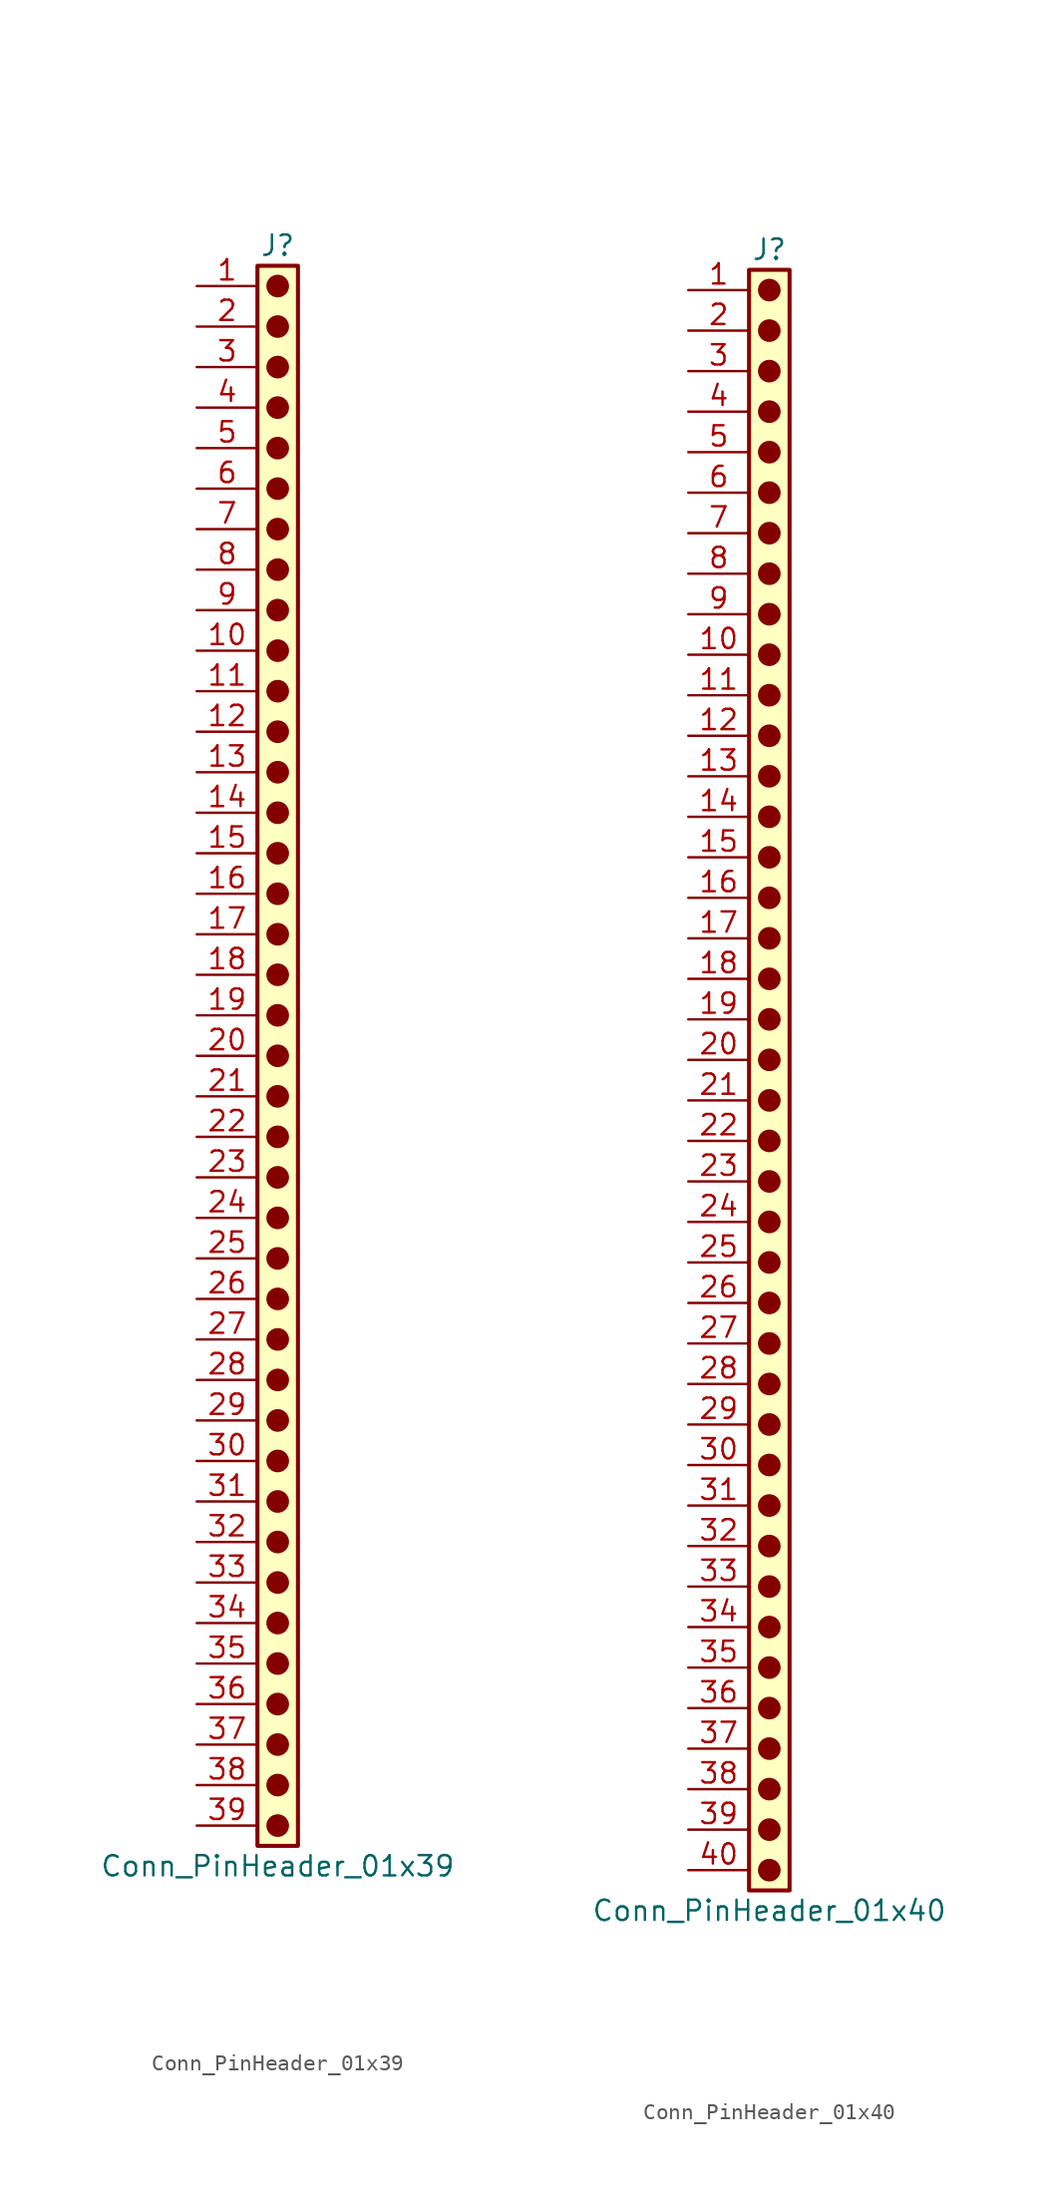
<source format=kicad_sym>
(kicad_symbol_lib
  (version 20241209)
  (generator "kicad_symbol_editor")
  (generator_version "9.0")
  (symbol "Conn_PinHeader_01x39"
    (pin_names
      (offset 1.016)
      (hide yes))
    (property "Reference" "J"
      (at 0 50.8 0)
      (effects (font (size 1.27 1.27))))
    (property "Value" "Conn_PinHeader_01x39"
      (at 0 -50.8 0)
      (effects (font (size 1.27 1.27))))
    (symbol "Conn_PinHeader_01x39_1_1"
      (rectangle (start -1.27 49.53) (end 1.27 -49.53) (stroke (width 0.254) (type default)) (fill (type background)))
      (circle (center 0 48.26) (radius 0.635) (stroke (width 0) (type solid) (color 132 0 0 1)) (fill (type outline)))
      (circle (center 0 45.72) (radius 0.635) (stroke (width 0) (type solid) (color 132 0 0 1)) (fill (type outline)))
      (circle (center 0 43.18) (radius 0.635) (stroke (width 0) (type solid) (color 132 0 0 1)) (fill (type outline)))
      (circle (center 0 40.64) (radius 0.635) (stroke (width 0) (type solid) (color 132 0 0 1)) (fill (type outline)))
      (circle (center 0 38.1) (radius 0.635) (stroke (width 0) (type solid) (color 132 0 0 1)) (fill (type outline)))
      (circle (center 0 35.56) (radius 0.635) (stroke (width 0) (type solid) (color 132 0 0 1)) (fill (type outline)))
      (circle (center 0 33.02) (radius 0.635) (stroke (width 0) (type solid) (color 132 0 0 1)) (fill (type outline)))
      (circle (center 0 30.48) (radius 0.635) (stroke (width 0) (type solid) (color 132 0 0 1)) (fill (type outline)))
      (circle (center 0 27.94) (radius 0.635) (stroke (width 0) (type solid) (color 132 0 0 1)) (fill (type outline)))
      (circle (center 0 25.4) (radius 0.635) (stroke (width 0) (type solid) (color 132 0 0 1)) (fill (type outline)))
      (circle (center 0 22.86) (radius 0.635) (stroke (width 0) (type solid) (color 132 0 0 1)) (fill (type outline)))
      (circle (center 0 20.32) (radius 0.635) (stroke (width 0) (type solid) (color 132 0 0 1)) (fill (type outline)))
      (circle (center 0 17.78) (radius 0.635) (stroke (width 0) (type solid) (color 132 0 0 1)) (fill (type outline)))
      (circle (center 0 15.24) (radius 0.635) (stroke (width 0) (type solid) (color 132 0 0 1)) (fill (type outline)))
      (circle (center 0 12.7) (radius 0.635) (stroke (width 0) (type solid) (color 132 0 0 1)) (fill (type outline)))
      (circle (center 0 10.16) (radius 0.635) (stroke (width 0) (type solid) (color 132 0 0 1)) (fill (type outline)))
      (circle (center 0 7.62) (radius 0.635) (stroke (width 0) (type solid) (color 132 0 0 1)) (fill (type outline)))
      (circle (center 0 5.08) (radius 0.635) (stroke (width 0) (type solid) (color 132 0 0 1)) (fill (type outline)))
      (circle (center 0 2.54) (radius 0.635) (stroke (width 0) (type solid) (color 132 0 0 1)) (fill (type outline)))
      (circle (center 0 0) (radius 0.635) (stroke (width 0) (type solid) (color 132 0 0 1)) (fill (type outline)))
      (circle (center 0 -2.54) (radius 0.635) (stroke (width 0) (type solid) (color 132 0 0 1)) (fill (type outline)))
      (circle (center 0 -5.08) (radius 0.635) (stroke (width 0) (type solid) (color 132 0 0 1)) (fill (type outline)))
      (circle (center 0 -7.62) (radius 0.635) (stroke (width 0) (type solid) (color 132 0 0 1)) (fill (type outline)))
      (circle (center 0 -10.16) (radius 0.635) (stroke (width 0) (type solid) (color 132 0 0 1)) (fill (type outline)))
      (circle (center 0 -12.7) (radius 0.635) (stroke (width 0) (type solid) (color 132 0 0 1)) (fill (type outline)))
      (circle (center 0 -15.24) (radius 0.635) (stroke (width 0) (type solid) (color 132 0 0 1)) (fill (type outline)))
      (circle (center 0 -17.78) (radius 0.635) (stroke (width 0) (type solid) (color 132 0 0 1)) (fill (type outline)))
      (circle (center 0 -20.32) (radius 0.635) (stroke (width 0) (type solid) (color 132 0 0 1)) (fill (type outline)))
      (circle (center 0 -22.86) (radius 0.635) (stroke (width 0) (type solid) (color 132 0 0 1)) (fill (type outline)))
      (circle (center 0 -25.4) (radius 0.635) (stroke (width 0) (type solid) (color 132 0 0 1)) (fill (type outline)))
      (circle (center 0 -27.94) (radius 0.635) (stroke (width 0) (type solid) (color 132 0 0 1)) (fill (type outline)))
      (circle (center 0 -30.48) (radius 0.635) (stroke (width 0) (type solid) (color 132 0 0 1)) (fill (type outline)))
      (circle (center 0 -33.02) (radius 0.635) (stroke (width 0) (type solid) (color 132 0 0 1)) (fill (type outline)))
      (circle (center 0 -35.56) (radius 0.635) (stroke (width 0) (type solid) (color 132 0 0 1)) (fill (type outline)))
      (circle (center 0 -38.1) (radius 0.635) (stroke (width 0) (type solid) (color 132 0 0 1)) (fill (type outline)))
      (circle (center 0 -40.64) (radius 0.635) (stroke (width 0) (type solid) (color 132 0 0 1)) (fill (type outline)))
      (circle (center 0 -43.18) (radius 0.635) (stroke (width 0) (type solid) (color 132 0 0 1)) (fill (type outline)))
      (circle (center 0 -45.72) (radius 0.635) (stroke (width 0) (type solid) (color 132 0 0 1)) (fill (type outline)))
      (circle (center 0 -48.26) (radius 0.635) (stroke (width 0) (type solid) (color 132 0 0 1)) (fill (type outline)))
      (pin passive line (at -5.08 48.26 0) (length 3.81) (name "Pin_1" (effects (font (size 1.27 1.27)))) (number "1" (effects (font (size 1.27 1.27)))))
      (pin passive line (at -5.08 45.72 0) (length 3.81) (name "Pin_2" (effects (font (size 1.27 1.27)))) (number "2" (effects (font (size 1.27 1.27)))))
      (pin passive line (at -5.08 43.18 0) (length 3.81) (name "Pin_3" (effects (font (size 1.27 1.27)))) (number "3" (effects (font (size 1.27 1.27)))))
      (pin passive line (at -5.08 40.64 0) (length 3.81) (name "Pin_4" (effects (font (size 1.27 1.27)))) (number "4" (effects (font (size 1.27 1.27)))))
      (pin passive line (at -5.08 38.1 0) (length 3.81) (name "Pin_5" (effects (font (size 1.27 1.27)))) (number "5" (effects (font (size 1.27 1.27)))))
      (pin passive line (at -5.08 35.56 0) (length 3.81) (name "Pin_6" (effects (font (size 1.27 1.27)))) (number "6" (effects (font (size 1.27 1.27)))))
      (pin passive line (at -5.08 33.02 0) (length 3.81) (name "Pin_7" (effects (font (size 1.27 1.27)))) (number "7" (effects (font (size 1.27 1.27)))))
      (pin passive line (at -5.08 30.48 0) (length 3.81) (name "Pin_8" (effects (font (size 1.27 1.27)))) (number "8" (effects (font (size 1.27 1.27)))))
      (pin passive line (at -5.08 27.94 0) (length 3.81) (name "Pin_9" (effects (font (size 1.27 1.27)))) (number "9" (effects (font (size 1.27 1.27)))))
      (pin passive line (at -5.08 25.4 0) (length 3.81) (name "Pin_10" (effects (font (size 1.27 1.27)))) (number "10" (effects (font (size 1.27 1.27)))))
      (pin passive line (at -5.08 22.86 0) (length 3.81) (name "Pin_11" (effects (font (size 1.27 1.27)))) (number "11" (effects (font (size 1.27 1.27)))))
      (pin passive line (at -5.08 20.32 0) (length 3.81) (name "Pin_12" (effects (font (size 1.27 1.27)))) (number "12" (effects (font (size 1.27 1.27)))))
      (pin passive line (at -5.08 17.78 0) (length 3.81) (name "Pin_13" (effects (font (size 1.27 1.27)))) (number "13" (effects (font (size 1.27 1.27)))))
      (pin passive line (at -5.08 15.24 0) (length 3.81) (name "Pin_14" (effects (font (size 1.27 1.27)))) (number "14" (effects (font (size 1.27 1.27)))))
      (pin passive line (at -5.08 12.7 0) (length 3.81) (name "Pin_15" (effects (font (size 1.27 1.27)))) (number "15" (effects (font (size 1.27 1.27)))))
      (pin passive line (at -5.08 10.16 0) (length 3.81) (name "Pin_16" (effects (font (size 1.27 1.27)))) (number "16" (effects (font (size 1.27 1.27)))))
      (pin passive line (at -5.08 7.62 0) (length 3.81) (name "Pin_17" (effects (font (size 1.27 1.27)))) (number "17" (effects (font (size 1.27 1.27)))))
      (pin passive line (at -5.08 5.08 0) (length 3.81) (name "Pin_18" (effects (font (size 1.27 1.27)))) (number "18" (effects (font (size 1.27 1.27)))))
      (pin passive line (at -5.08 2.54 0) (length 3.81) (name "Pin_19" (effects (font (size 1.27 1.27)))) (number "19" (effects (font (size 1.27 1.27)))))
      (pin passive line (at -5.08 0 0) (length 3.81) (name "Pin_20" (effects (font (size 1.27 1.27)))) (number "20" (effects (font (size 1.27 1.27)))))
      (pin passive line (at -5.08 -2.54 0) (length 3.81) (name "Pin_21" (effects (font (size 1.27 1.27)))) (number "21" (effects (font (size 1.27 1.27)))))
      (pin passive line (at -5.08 -5.08 0) (length 3.81) (name "Pin_22" (effects (font (size 1.27 1.27)))) (number "22" (effects (font (size 1.27 1.27)))))
      (pin passive line (at -5.08 -7.62 0) (length 3.81) (name "Pin_23" (effects (font (size 1.27 1.27)))) (number "23" (effects (font (size 1.27 1.27)))))
      (pin passive line (at -5.08 -10.16 0) (length 3.81) (name "Pin_24" (effects (font (size 1.27 1.27)))) (number "24" (effects (font (size 1.27 1.27)))))
      (pin passive line (at -5.08 -12.7 0) (length 3.81) (name "Pin_25" (effects (font (size 1.27 1.27)))) (number "25" (effects (font (size 1.27 1.27)))))
      (pin passive line (at -5.08 -15.24 0) (length 3.81) (name "Pin_26" (effects (font (size 1.27 1.27)))) (number "26" (effects (font (size 1.27 1.27)))))
      (pin passive line (at -5.08 -17.78 0) (length 3.81) (name "Pin_27" (effects (font (size 1.27 1.27)))) (number "27" (effects (font (size 1.27 1.27)))))
      (pin passive line (at -5.08 -20.32 0) (length 3.81) (name "Pin_28" (effects (font (size 1.27 1.27)))) (number "28" (effects (font (size 1.27 1.27)))))
      (pin passive line (at -5.08 -22.86 0) (length 3.81) (name "Pin_29" (effects (font (size 1.27 1.27)))) (number "29" (effects (font (size 1.27 1.27)))))
      (pin passive line (at -5.08 -25.4 0) (length 3.81) (name "Pin_30" (effects (font (size 1.27 1.27)))) (number "30" (effects (font (size 1.27 1.27)))))
      (pin passive line (at -5.08 -27.94 0) (length 3.81) (name "Pin_31" (effects (font (size 1.27 1.27)))) (number "31" (effects (font (size 1.27 1.27)))))
      (pin passive line (at -5.08 -30.48 0) (length 3.81) (name "Pin_32" (effects (font (size 1.27 1.27)))) (number "32" (effects (font (size 1.27 1.27)))))
      (pin passive line (at -5.08 -33.02 0) (length 3.81) (name "Pin_33" (effects (font (size 1.27 1.27)))) (number "33" (effects (font (size 1.27 1.27)))))
      (pin passive line (at -5.08 -35.56 0) (length 3.81) (name "Pin_34" (effects (font (size 1.27 1.27)))) (number "34" (effects (font (size 1.27 1.27)))))
      (pin passive line (at -5.08 -38.1 0) (length 3.81) (name "Pin_35" (effects (font (size 1.27 1.27)))) (number "35" (effects (font (size 1.27 1.27)))))
      (pin passive line (at -5.08 -40.64 0) (length 3.81) (name "Pin_36" (effects (font (size 1.27 1.27)))) (number "36" (effects (font (size 1.27 1.27)))))
      (pin passive line (at -5.08 -43.18 0) (length 3.81) (name "Pin_37" (effects (font (size 1.27 1.27)))) (number "37" (effects (font (size 1.27 1.27)))))
      (pin passive line (at -5.08 -45.72 0) (length 3.81) (name "Pin_38" (effects (font (size 1.27 1.27)))) (number "38" (effects (font (size 1.27 1.27)))))
      (pin passive line (at -5.08 -48.26 0) (length 3.81) (name "Pin_39" (effects (font (size 1.27 1.27)))) (number "39" (effects (font (size 1.27 1.27)))))))
  (symbol "Conn_PinHeader_01x40"
    (pin_names
      (offset 1.016)
      (hide yes))
    (property "Reference" "J"
      (at 0 50.8 0)
      (effects (font (size 1.27 1.27))))
    (property "Value" "Conn_PinHeader_01x40"
      (at 0 -53.34 0)
      (effects (font (size 1.27 1.27))))
    (symbol "Conn_PinHeader_01x40_1_1"
      (rectangle (start -1.27 49.53) (end 1.27 -52.07) (stroke (width 0.254) (type default)) (fill (type background)))
      (circle (center 0 48.26) (radius 0.635) (stroke (width 0) (type solid) (color 132 0 0 1)) (fill (type outline)))
      (circle (center 0 45.72) (radius 0.635) (stroke (width 0) (type solid) (color 132 0 0 1)) (fill (type outline)))
      (circle (center 0 43.18) (radius 0.635) (stroke (width 0) (type solid) (color 132 0 0 1)) (fill (type outline)))
      (circle (center 0 40.64) (radius 0.635) (stroke (width 0) (type solid) (color 132 0 0 1)) (fill (type outline)))
      (circle (center 0 38.1) (radius 0.635) (stroke (width 0) (type solid) (color 132 0 0 1)) (fill (type outline)))
      (circle (center 0 35.56) (radius 0.635) (stroke (width 0) (type solid) (color 132 0 0 1)) (fill (type outline)))
      (circle (center 0 33.02) (radius 0.635) (stroke (width 0) (type solid) (color 132 0 0 1)) (fill (type outline)))
      (circle (center 0 30.48) (radius 0.635) (stroke (width 0) (type solid) (color 132 0 0 1)) (fill (type outline)))
      (circle (center 0 27.94) (radius 0.635) (stroke (width 0) (type solid) (color 132 0 0 1)) (fill (type outline)))
      (circle (center 0 25.4) (radius 0.635) (stroke (width 0) (type solid) (color 132 0 0 1)) (fill (type outline)))
      (circle (center 0 22.86) (radius 0.635) (stroke (width 0) (type solid) (color 132 0 0 1)) (fill (type outline)))
      (circle (center 0 20.32) (radius 0.635) (stroke (width 0) (type solid) (color 132 0 0 1)) (fill (type outline)))
      (circle (center 0 17.78) (radius 0.635) (stroke (width 0) (type solid) (color 132 0 0 1)) (fill (type outline)))
      (circle (center 0 15.24) (radius 0.635) (stroke (width 0) (type solid) (color 132 0 0 1)) (fill (type outline)))
      (circle (center 0 12.7) (radius 0.635) (stroke (width 0) (type solid) (color 132 0 0 1)) (fill (type outline)))
      (circle (center 0 10.16) (radius 0.635) (stroke (width 0) (type solid) (color 132 0 0 1)) (fill (type outline)))
      (circle (center 0 7.62) (radius 0.635) (stroke (width 0) (type solid) (color 132 0 0 1)) (fill (type outline)))
      (circle (center 0 5.08) (radius 0.635) (stroke (width 0) (type solid) (color 132 0 0 1)) (fill (type outline)))
      (circle (center 0 2.54) (radius 0.635) (stroke (width 0) (type solid) (color 132 0 0 1)) (fill (type outline)))
      (circle (center 0 0) (radius 0.635) (stroke (width 0) (type solid) (color 132 0 0 1)) (fill (type outline)))
      (circle (center 0 -2.54) (radius 0.635) (stroke (width 0) (type solid) (color 132 0 0 1)) (fill (type outline)))
      (circle (center 0 -5.08) (radius 0.635) (stroke (width 0) (type solid) (color 132 0 0 1)) (fill (type outline)))
      (circle (center 0 -7.62) (radius 0.635) (stroke (width 0) (type solid) (color 132 0 0 1)) (fill (type outline)))
      (circle (center 0 -10.16) (radius 0.635) (stroke (width 0) (type solid) (color 132 0 0 1)) (fill (type outline)))
      (circle (center 0 -12.7) (radius 0.635) (stroke (width 0) (type solid) (color 132 0 0 1)) (fill (type outline)))
      (circle (center 0 -15.24) (radius 0.635) (stroke (width 0) (type solid) (color 132 0 0 1)) (fill (type outline)))
      (circle (center 0 -17.78) (radius 0.635) (stroke (width 0) (type solid) (color 132 0 0 1)) (fill (type outline)))
      (circle (center 0 -20.32) (radius 0.635) (stroke (width 0) (type solid) (color 132 0 0 1)) (fill (type outline)))
      (circle (center 0 -22.86) (radius 0.635) (stroke (width 0) (type solid) (color 132 0 0 1)) (fill (type outline)))
      (circle (center 0 -25.4) (radius 0.635) (stroke (width 0) (type solid) (color 132 0 0 1)) (fill (type outline)))
      (circle (center 0 -27.94) (radius 0.635) (stroke (width 0) (type solid) (color 132 0 0 1)) (fill (type outline)))
      (circle (center 0 -30.48) (radius 0.635) (stroke (width 0) (type solid) (color 132 0 0 1)) (fill (type outline)))
      (circle (center 0 -33.02) (radius 0.635) (stroke (width 0) (type solid) (color 132 0 0 1)) (fill (type outline)))
      (circle (center 0 -35.56) (radius 0.635) (stroke (width 0) (type solid) (color 132 0 0 1)) (fill (type outline)))
      (circle (center 0 -38.1) (radius 0.635) (stroke (width 0) (type solid) (color 132 0 0 1)) (fill (type outline)))
      (circle (center 0 -40.64) (radius 0.635) (stroke (width 0) (type solid) (color 132 0 0 1)) (fill (type outline)))
      (circle (center 0 -43.18) (radius 0.635) (stroke (width 0) (type solid) (color 132 0 0 1)) (fill (type outline)))
      (circle (center 0 -45.72) (radius 0.635) (stroke (width 0) (type solid) (color 132 0 0 1)) (fill (type outline)))
      (circle (center 0 -48.26) (radius 0.635) (stroke (width 0) (type solid) (color 132 0 0 1)) (fill (type outline)))
      (circle (center 0 -50.8) (radius 0.635) (stroke (width 0) (type solid) (color 132 0 0 1)) (fill (type outline)))
      (pin passive line (at -5.08 48.26 0) (length 3.81) (name "Pin_1" (effects (font (size 1.27 1.27)))) (number "1" (effects (font (size 1.27 1.27)))))
      (pin passive line (at -5.08 45.72 0) (length 3.81) (name "Pin_2" (effects (font (size 1.27 1.27)))) (number "2" (effects (font (size 1.27 1.27)))))
      (pin passive line (at -5.08 43.18 0) (length 3.81) (name "Pin_3" (effects (font (size 1.27 1.27)))) (number "3" (effects (font (size 1.27 1.27)))))
      (pin passive line (at -5.08 40.64 0) (length 3.81) (name "Pin_4" (effects (font (size 1.27 1.27)))) (number "4" (effects (font (size 1.27 1.27)))))
      (pin passive line (at -5.08 38.1 0) (length 3.81) (name "Pin_5" (effects (font (size 1.27 1.27)))) (number "5" (effects (font (size 1.27 1.27)))))
      (pin passive line (at -5.08 35.56 0) (length 3.81) (name "Pin_6" (effects (font (size 1.27 1.27)))) (number "6" (effects (font (size 1.27 1.27)))))
      (pin passive line (at -5.08 33.02 0) (length 3.81) (name "Pin_7" (effects (font (size 1.27 1.27)))) (number "7" (effects (font (size 1.27 1.27)))))
      (pin passive line (at -5.08 30.48 0) (length 3.81) (name "Pin_8" (effects (font (size 1.27 1.27)))) (number "8" (effects (font (size 1.27 1.27)))))
      (pin passive line (at -5.08 27.94 0) (length 3.81) (name "Pin_9" (effects (font (size 1.27 1.27)))) (number "9" (effects (font (size 1.27 1.27)))))
      (pin passive line (at -5.08 25.4 0) (length 3.81) (name "Pin_10" (effects (font (size 1.27 1.27)))) (number "10" (effects (font (size 1.27 1.27)))))
      (pin passive line (at -5.08 22.86 0) (length 3.81) (name "Pin_11" (effects (font (size 1.27 1.27)))) (number "11" (effects (font (size 1.27 1.27)))))
      (pin passive line (at -5.08 20.32 0) (length 3.81) (name "Pin_12" (effects (font (size 1.27 1.27)))) (number "12" (effects (font (size 1.27 1.27)))))
      (pin passive line (at -5.08 17.78 0) (length 3.81) (name "Pin_13" (effects (font (size 1.27 1.27)))) (number "13" (effects (font (size 1.27 1.27)))))
      (pin passive line (at -5.08 15.24 0) (length 3.81) (name "Pin_14" (effects (font (size 1.27 1.27)))) (number "14" (effects (font (size 1.27 1.27)))))
      (pin passive line (at -5.08 12.7 0) (length 3.81) (name "Pin_15" (effects (font (size 1.27 1.27)))) (number "15" (effects (font (size 1.27 1.27)))))
      (pin passive line (at -5.08 10.16 0) (length 3.81) (name "Pin_16" (effects (font (size 1.27 1.27)))) (number "16" (effects (font (size 1.27 1.27)))))
      (pin passive line (at -5.08 7.62 0) (length 3.81) (name "Pin_17" (effects (font (size 1.27 1.27)))) (number "17" (effects (font (size 1.27 1.27)))))
      (pin passive line (at -5.08 5.08 0) (length 3.81) (name "Pin_18" (effects (font (size 1.27 1.27)))) (number "18" (effects (font (size 1.27 1.27)))))
      (pin passive line (at -5.08 2.54 0) (length 3.81) (name "Pin_19" (effects (font (size 1.27 1.27)))) (number "19" (effects (font (size 1.27 1.27)))))
      (pin passive line (at -5.08 0 0) (length 3.81) (name "Pin_20" (effects (font (size 1.27 1.27)))) (number "20" (effects (font (size 1.27 1.27)))))
      (pin passive line (at -5.08 -2.54 0) (length 3.81) (name "Pin_21" (effects (font (size 1.27 1.27)))) (number "21" (effects (font (size 1.27 1.27)))))
      (pin passive line (at -5.08 -5.08 0) (length 3.81) (name "Pin_22" (effects (font (size 1.27 1.27)))) (number "22" (effects (font (size 1.27 1.27)))))
      (pin passive line (at -5.08 -7.62 0) (length 3.81) (name "Pin_23" (effects (font (size 1.27 1.27)))) (number "23" (effects (font (size 1.27 1.27)))))
      (pin passive line (at -5.08 -10.16 0) (length 3.81) (name "Pin_24" (effects (font (size 1.27 1.27)))) (number "24" (effects (font (size 1.27 1.27)))))
      (pin passive line (at -5.08 -12.7 0) (length 3.81) (name "Pin_25" (effects (font (size 1.27 1.27)))) (number "25" (effects (font (size 1.27 1.27)))))
      (pin passive line (at -5.08 -15.24 0) (length 3.81) (name "Pin_26" (effects (font (size 1.27 1.27)))) (number "26" (effects (font (size 1.27 1.27)))))
      (pin passive line (at -5.08 -17.78 0) (length 3.81) (name "Pin_27" (effects (font (size 1.27 1.27)))) (number "27" (effects (font (size 1.27 1.27)))))
      (pin passive line (at -5.08 -20.32 0) (length 3.81) (name "Pin_28" (effects (font (size 1.27 1.27)))) (number "28" (effects (font (size 1.27 1.27)))))
      (pin passive line (at -5.08 -22.86 0) (length 3.81) (name "Pin_29" (effects (font (size 1.27 1.27)))) (number "29" (effects (font (size 1.27 1.27)))))
      (pin passive line (at -5.08 -25.4 0) (length 3.81) (name "Pin_30" (effects (font (size 1.27 1.27)))) (number "30" (effects (font (size 1.27 1.27)))))
      (pin passive line (at -5.08 -27.94 0) (length 3.81) (name "Pin_31" (effects (font (size 1.27 1.27)))) (number "31" (effects (font (size 1.27 1.27)))))
      (pin passive line (at -5.08 -30.48 0) (length 3.81) (name "Pin_32" (effects (font (size 1.27 1.27)))) (number "32" (effects (font (size 1.27 1.27)))))
      (pin passive line (at -5.08 -33.02 0) (length 3.81) (name "Pin_33" (effects (font (size 1.27 1.27)))) (number "33" (effects (font (size 1.27 1.27)))))
      (pin passive line (at -5.08 -35.56 0) (length 3.81) (name "Pin_34" (effects (font (size 1.27 1.27)))) (number "34" (effects (font (size 1.27 1.27)))))
      (pin passive line (at -5.08 -38.1 0) (length 3.81) (name "Pin_35" (effects (font (size 1.27 1.27)))) (number "35" (effects (font (size 1.27 1.27)))))
      (pin passive line (at -5.08 -40.64 0) (length 3.81) (name "Pin_36" (effects (font (size 1.27 1.27)))) (number "36" (effects (font (size 1.27 1.27)))))
      (pin passive line (at -5.08 -43.18 0) (length 3.81) (name "Pin_37" (effects (font (size 1.27 1.27)))) (number "37" (effects (font (size 1.27 1.27)))))
      (pin passive line (at -5.08 -45.72 0) (length 3.81) (name "Pin_38" (effects (font (size 1.27 1.27)))) (number "38" (effects (font (size 1.27 1.27)))))
      (pin passive line (at -5.08 -48.26 0) (length 3.81) (name "Pin_39" (effects (font (size 1.27 1.27)))) (number "39" (effects (font (size 1.27 1.27)))))
      (pin passive line (at -5.08 -50.8 0) (length 3.81) (name "Pin_40" (effects (font (size 1.27 1.27)))) (number "40" (effects (font (size 1.27 1.27))))))))
</source>
